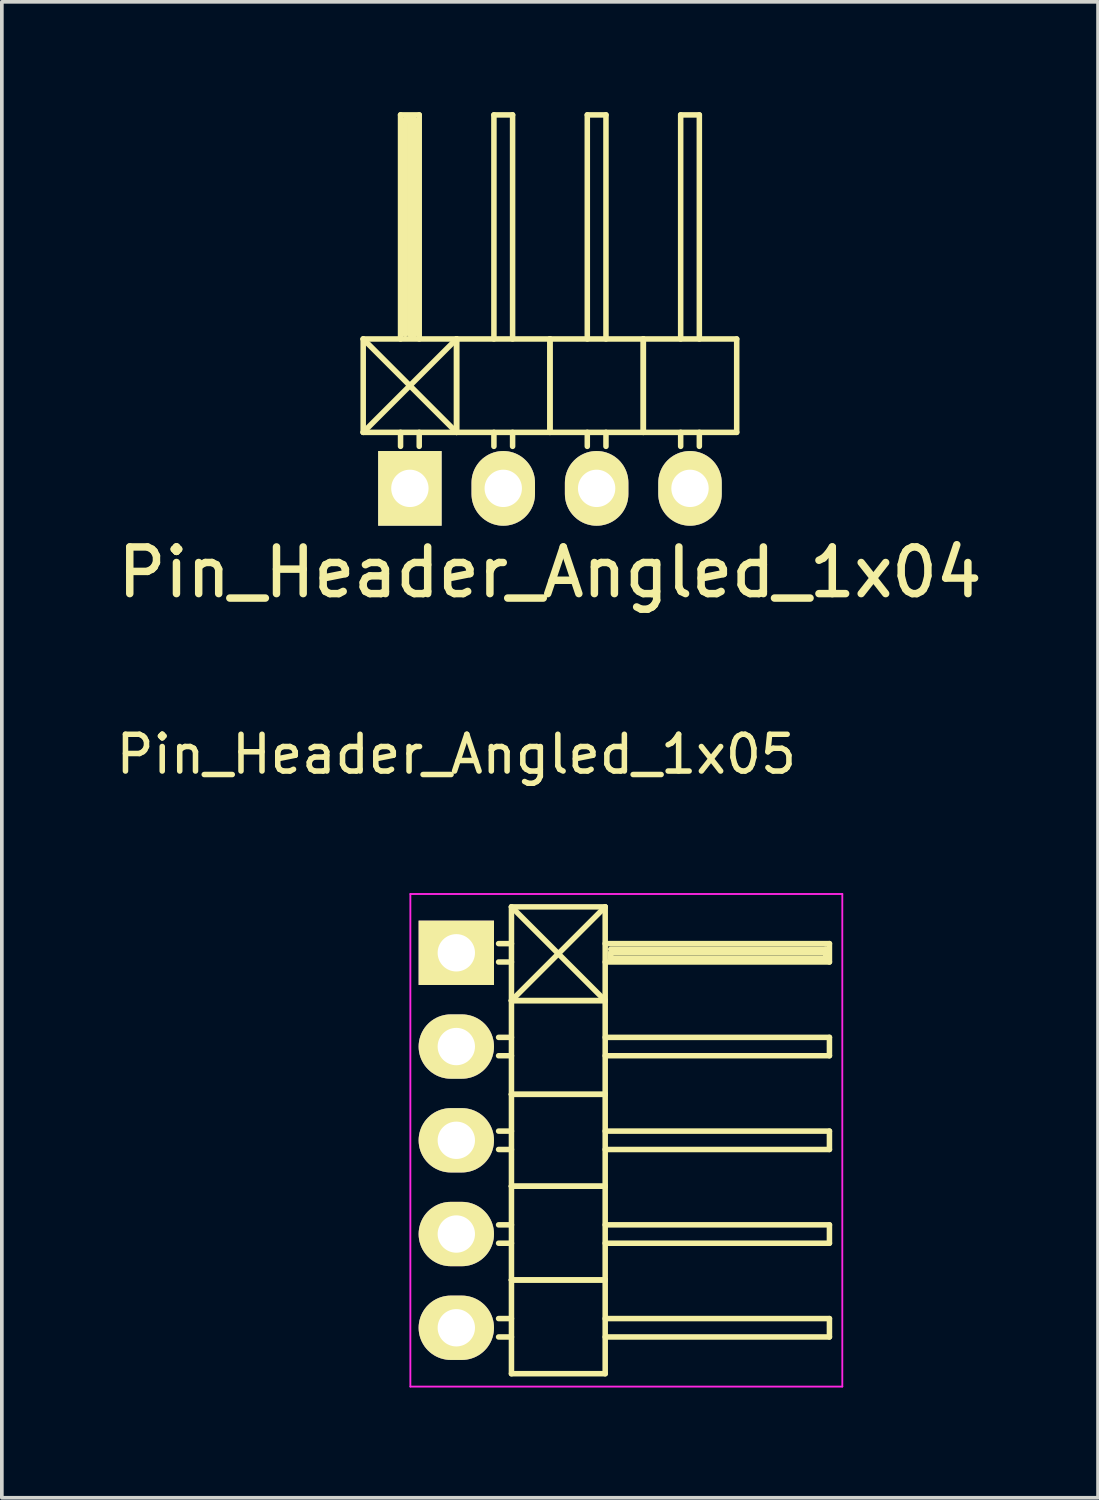
<source format=kicad_pcb>
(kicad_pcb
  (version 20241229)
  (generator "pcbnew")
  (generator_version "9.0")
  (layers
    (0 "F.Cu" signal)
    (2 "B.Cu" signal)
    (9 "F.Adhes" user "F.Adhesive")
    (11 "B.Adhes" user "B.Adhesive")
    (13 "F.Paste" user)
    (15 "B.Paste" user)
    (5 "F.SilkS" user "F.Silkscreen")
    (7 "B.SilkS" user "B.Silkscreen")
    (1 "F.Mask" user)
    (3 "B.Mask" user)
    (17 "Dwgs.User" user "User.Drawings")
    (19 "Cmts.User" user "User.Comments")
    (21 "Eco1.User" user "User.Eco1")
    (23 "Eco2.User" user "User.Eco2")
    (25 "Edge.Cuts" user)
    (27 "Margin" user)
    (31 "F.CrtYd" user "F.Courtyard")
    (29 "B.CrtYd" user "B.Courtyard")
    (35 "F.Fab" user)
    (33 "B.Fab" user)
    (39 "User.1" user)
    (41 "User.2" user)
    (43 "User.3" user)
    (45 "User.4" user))
  (footprint "Pin_Header_Angled_1x04"
    (layer "F.Cu")
    (at 11.91 10.235)
    (property "Reference" "Pin_Header_Angled_1x04" (at 0 2.286 0) (layer "F.SilkS") (effects (font (size 1.27 1.27) (thickness 0.203))))
    (attr through_hole)
    (fp_line (start -5.08 -4.064) (end -2.54 -1.524) (stroke (width 0.15) (type solid)) (layer "F.SilkS"))
    (fp_line (start -5.08 -1.524) (end -5.08 -4.064) (stroke (width 0.15) (type solid)) (layer "F.SilkS"))
    (fp_line (start -5.08 -1.524) (end -2.54 -1.524) (stroke (width 0.15) (type solid)) (layer "F.SilkS"))
    (fp_line (start -4.064 -10.16) (end -3.556 -10.16) (stroke (width 0.15) (type solid)) (layer "F.SilkS"))
    (fp_line (start -4.064 -4.064) (end -4.064 -10.16) (stroke (width 0.15) (type solid)) (layer "F.SilkS"))
    (fp_line (start -4.064 -1.524) (end -4.064 -1.143) (stroke (width 0.15) (type solid)) (layer "F.SilkS"))
    (fp_line (start -3.937 -10.033) (end -3.683 -10.033) (stroke (width 0.15) (type solid)) (layer "F.SilkS"))
    (fp_line (start -3.937 -4.191) (end -3.937 -10.033) (stroke (width 0.15) (type solid)) (layer "F.SilkS"))
    (fp_line (start -3.81 -4.191) (end -3.81 -10.033) (stroke (width 0.15) (type solid)) (layer "F.SilkS"))
    (fp_line (start -3.683 -10.033) (end -3.683 -4.191) (stroke (width 0.15) (type solid)) (layer "F.SilkS"))
    (fp_line (start -3.683 -4.191) (end -3.81 -4.191) (stroke (width 0.15) (type solid)) (layer "F.SilkS"))
    (fp_line (start -3.556 -10.16) (end -3.556 -4.064) (stroke (width 0.15) (type solid)) (layer "F.SilkS"))
    (fp_line (start -3.556 -1.524) (end -3.556 -1.143) (stroke (width 0.15) (type solid)) (layer "F.SilkS"))
    (fp_line (start -2.54 -4.064) (end -5.08 -4.064) (stroke (width 0.15) (type solid)) (layer "F.SilkS"))
    (fp_line (start -2.54 -4.064) (end -5.08 -1.524) (stroke (width 0.15) (type solid)) (layer "F.SilkS"))
    (fp_line (start -2.54 -1.524) (end -2.54 -4.064) (stroke (width 0.15) (type solid)) (layer "F.SilkS"))
    (fp_line (start -2.54 -1.524) (end -2.54 -4.064) (stroke (width 0.15) (type solid)) (layer "F.SilkS"))
    (fp_line (start -2.54 -1.524) (end 0 -1.524) (stroke (width 0.15) (type solid)) (layer "F.SilkS"))
    (fp_line (start -1.524 -10.16) (end -1.016 -10.16) (stroke (width 0.15) (type solid)) (layer "F.SilkS"))
    (fp_line (start -1.524 -4.064) (end -1.524 -10.16) (stroke (width 0.15) (type solid)) (layer "F.SilkS"))
    (fp_line (start -1.524 -1.524) (end -1.524 -1.143) (stroke (width 0.15) (type solid)) (layer "F.SilkS"))
    (fp_line (start -1.016 -10.16) (end -1.016 -4.064) (stroke (width 0.15) (type solid)) (layer "F.SilkS"))
    (fp_line (start -1.016 -1.524) (end -1.016 -1.143) (stroke (width 0.15) (type solid)) (layer "F.SilkS"))
    (fp_line (start 0 -4.064) (end -2.54 -4.064) (stroke (width 0.15) (type solid)) (layer "F.SilkS"))
    (fp_line (start 0 -1.524) (end 0 -4.064) (stroke (width 0.15) (type solid)) (layer "F.SilkS"))
    (fp_line (start 0 -1.524) (end 0 -4.064) (stroke (width 0.15) (type solid)) (layer "F.SilkS"))
    (fp_line (start 0 -1.524) (end 2.54 -1.524) (stroke (width 0.15) (type solid)) (layer "F.SilkS"))
    (fp_line (start 1.016 -10.16) (end 1.524 -10.16) (stroke (width 0.15) (type solid)) (layer "F.SilkS"))
    (fp_line (start 1.016 -4.064) (end 1.016 -10.16) (stroke (width 0.15) (type solid)) (layer "F.SilkS"))
    (fp_line (start 1.016 -1.524) (end 1.016 -1.143) (stroke (width 0.15) (type solid)) (layer "F.SilkS"))
    (fp_line (start 1.524 -10.16) (end 1.524 -4.064) (stroke (width 0.15) (type solid)) (layer "F.SilkS"))
    (fp_line (start 1.524 -1.524) (end 1.524 -1.143) (stroke (width 0.15) (type solid)) (layer "F.SilkS"))
    (fp_line (start 2.54 -4.064) (end 0 -4.064) (stroke (width 0.15) (type solid)) (layer "F.SilkS"))
    (fp_line (start 2.54 -1.524) (end 2.54 -4.064) (stroke (width 0.15) (type solid)) (layer "F.SilkS"))
    (fp_line (start 2.54 -1.524) (end 2.54 -4.064) (stroke (width 0.15) (type solid)) (layer "F.SilkS"))
    (fp_line (start 2.54 -1.524) (end 5.08 -1.524) (stroke (width 0.15) (type solid)) (layer "F.SilkS"))
    (fp_line (start 3.556 -10.16) (end 4.064 -10.16) (stroke (width 0.15) (type solid)) (layer "F.SilkS"))
    (fp_line (start 3.556 -4.064) (end 3.556 -10.16) (stroke (width 0.15) (type solid)) (layer "F.SilkS"))
    (fp_line (start 3.556 -1.524) (end 3.556 -1.143) (stroke (width 0.15) (type solid)) (layer "F.SilkS"))
    (fp_line (start 4.064 -10.16) (end 4.064 -4.064) (stroke (width 0.15) (type solid)) (layer "F.SilkS"))
    (fp_line (start 4.064 -1.524) (end 4.064 -1.143) (stroke (width 0.15) (type solid)) (layer "F.SilkS"))
    (fp_line (start 5.08 -4.064) (end 2.54 -4.064) (stroke (width 0.15) (type solid)) (layer "F.SilkS"))
    (fp_line (start 5.08 -1.524) (end 5.08 -4.064) (stroke (width 0.15) (type solid)) (layer "F.SilkS"))
    (pad "1" thru_hole rect (at -3.81 0) (size 1.727 2.032) (drill 1.016) (layers "*.Cu" "*.Mask" "F.SilkS"))
    (pad "2" thru_hole oval (at -1.27 0) (size 1.727 2.032) (drill 1.016) (layers "*.Cu" "*.Mask" "F.SilkS"))
    (pad "3" thru_hole oval (at 1.27 0) (size 1.727 2.032) (drill 1.016) (layers "*.Cu" "*.Mask" "F.SilkS"))
    (pad "4" thru_hole oval (at 3.81 0) (size 1.727 2.032) (drill 1.016) (layers "*.Cu" "*.Mask" "F.SilkS")))
  (footprint "Pin_Header_Angled_1x05"
    (layer "F.Cu")
    (at 9.363 22.869)
    (property "Reference" "Pin_Header_Angled_1x05" (at 0 -5.4 0) (layer "F.SilkS") (effects (font (size 1 1) (thickness 0.15))))
    (attr through_hole)
    (fp_line (start 1.5 -1.25) (end 1.5 1.3) (stroke (width 0.15) (type solid)) (layer "F.SilkS"))
    (fp_line (start 1.5 -1.25) (end 4.05 -1.25) (stroke (width 0.15) (type solid)) (layer "F.SilkS"))
    (fp_line (start 1.5 -0.25) (end 1.15 -0.25) (stroke (width 0.15) (type solid)) (layer "F.SilkS"))
    (fp_line (start 1.5 0.25) (end 1.15 0.25) (stroke (width 0.15) (type solid)) (layer "F.SilkS"))
    (fp_line (start 1.5 1.3) (end 1.5 3.85) (stroke (width 0.15) (type solid)) (layer "F.SilkS"))
    (fp_line (start 1.5 1.3) (end 4.05 1.3) (stroke (width 0.15) (type solid)) (layer "F.SilkS"))
    (fp_line (start 1.5 1.3) (end 4.05 1.3) (stroke (width 0.15) (type solid)) (layer "F.SilkS"))
    (fp_line (start 1.5 2.3) (end 1.15 2.3) (stroke (width 0.15) (type solid)) (layer "F.SilkS"))
    (fp_line (start 1.5 2.8) (end 1.15 2.8) (stroke (width 0.15) (type solid)) (layer "F.SilkS"))
    (fp_line (start 1.5 3.85) (end 1.5 6.35) (stroke (width 0.15) (type solid)) (layer "F.SilkS"))
    (fp_line (start 1.5 3.85) (end 4.05 3.85) (stroke (width 0.15) (type solid)) (layer "F.SilkS"))
    (fp_line (start 1.5 3.85) (end 4.05 3.85) (stroke (width 0.15) (type solid)) (layer "F.SilkS"))
    (fp_line (start 1.5 4.85) (end 1.15 4.85) (stroke (width 0.15) (type solid)) (layer "F.SilkS"))
    (fp_line (start 1.5 5.35) (end 1.15 5.35) (stroke (width 0.15) (type solid)) (layer "F.SilkS"))
    (fp_line (start 1.5 6.35) (end 1.5 8.9) (stroke (width 0.15) (type solid)) (layer "F.SilkS"))
    (fp_line (start 1.5 6.35) (end 4.05 6.35) (stroke (width 0.15) (type solid)) (layer "F.SilkS"))
    (fp_line (start 1.5 6.35) (end 4.05 6.35) (stroke (width 0.15) (type solid)) (layer "F.SilkS"))
    (fp_line (start 1.5 7.4) (end 1.15 7.4) (stroke (width 0.15) (type solid)) (layer "F.SilkS"))
    (fp_line (start 1.5 7.9) (end 1.15 7.9) (stroke (width 0.15) (type solid)) (layer "F.SilkS"))
    (fp_line (start 1.5 8.9) (end 1.5 11.45) (stroke (width 0.15) (type solid)) (layer "F.SilkS"))
    (fp_line (start 1.5 8.9) (end 4.05 8.9) (stroke (width 0.15) (type solid)) (layer "F.SilkS"))
    (fp_line (start 1.5 8.9) (end 4.05 8.9) (stroke (width 0.15) (type solid)) (layer "F.SilkS"))
    (fp_line (start 1.5 9.95) (end 1.15 9.95) (stroke (width 0.15) (type solid)) (layer "F.SilkS"))
    (fp_line (start 1.5 10.45) (end 1.15 10.45) (stroke (width 0.15) (type solid)) (layer "F.SilkS"))
    (fp_line (start 1.5 11.45) (end 4.05 11.45) (stroke (width 0.15) (type solid)) (layer "F.SilkS"))
    (fp_line (start 4.05 -1.25) (end 1.5 1.3) (stroke (width 0.15) (type solid)) (layer "F.SilkS"))
    (fp_line (start 4.05 -0.25) (end 10.15 -0.25) (stroke (width 0.15) (type solid)) (layer "F.SilkS"))
    (fp_line (start 4.05 1.3) (end 1.5 -1.25) (stroke (width 0.15) (type solid)) (layer "F.SilkS"))
    (fp_line (start 4.05 1.3) (end 4.05 -1.25) (stroke (width 0.15) (type solid)) (layer "F.SilkS"))
    (fp_line (start 4.05 2.3) (end 10.15 2.3) (stroke (width 0.15) (type solid)) (layer "F.SilkS"))
    (fp_line (start 4.05 3.85) (end 4.05 1.3) (stroke (width 0.15) (type solid)) (layer "F.SilkS"))
    (fp_line (start 4.05 4.85) (end 10.15 4.85) (stroke (width 0.15) (type solid)) (layer "F.SilkS"))
    (fp_line (start 4.05 6.35) (end 4.05 3.85) (stroke (width 0.15) (type solid)) (layer "F.SilkS"))
    (fp_line (start 4.05 7.4) (end 10.15 7.4) (stroke (width 0.15) (type solid)) (layer "F.SilkS"))
    (fp_line (start 4.05 8.9) (end 4.05 6.35) (stroke (width 0.15) (type solid)) (layer "F.SilkS"))
    (fp_line (start 4.05 9.95) (end 10.15 9.95) (stroke (width 0.15) (type solid)) (layer "F.SilkS"))
    (fp_line (start 4.05 11.45) (end 4.05 8.9) (stroke (width 0.15) (type solid)) (layer "F.SilkS"))
    (fp_line (start 4.2 -0.1) (end 10.05 -0.1) (stroke (width 0.15) (type solid)) (layer "F.SilkS"))
    (fp_line (start 4.2 0) (end 10.05 0) (stroke (width 0.15) (type solid)) (layer "F.SilkS"))
    (fp_line (start 4.2 0.15) (end 4.2 0) (stroke (width 0.15) (type solid)) (layer "F.SilkS"))
    (fp_line (start 10.05 -0.1) (end 10.05 0.15) (stroke (width 0.15) (type solid)) (layer "F.SilkS"))
    (fp_line (start 10.05 0.15) (end 4.2 0.15) (stroke (width 0.15) (type solid)) (layer "F.SilkS"))
    (fp_line (start 10.15 -0.25) (end 10.15 0.25) (stroke (width 0.15) (type solid)) (layer "F.SilkS"))
    (fp_line (start 10.15 0.25) (end 4.05 0.25) (stroke (width 0.15) (type solid)) (layer "F.SilkS"))
    (fp_line (start 10.15 2.3) (end 10.15 2.8) (stroke (width 0.15) (type solid)) (layer "F.SilkS"))
    (fp_line (start 10.15 2.8) (end 4.05 2.8) (stroke (width 0.15) (type solid)) (layer "F.SilkS"))
    (fp_line (start 10.15 4.85) (end 10.15 5.35) (stroke (width 0.15) (type solid)) (layer "F.SilkS"))
    (fp_line (start 10.15 5.35) (end 4.05 5.35) (stroke (width 0.15) (type solid)) (layer "F.SilkS"))
    (fp_line (start 10.15 7.4) (end 10.15 7.9) (stroke (width 0.15) (type solid)) (layer "F.SilkS"))
    (fp_line (start 10.15 7.9) (end 4.05 7.9) (stroke (width 0.15) (type solid)) (layer "F.SilkS"))
    (fp_line (start 10.15 9.95) (end 10.15 10.45) (stroke (width 0.15) (type solid)) (layer "F.SilkS"))
    (fp_line (start 10.15 10.45) (end 4.05 10.45) (stroke (width 0.15) (type solid)) (layer "F.SilkS"))
    (fp_line (start -1.25 -1.6) (end -1.25 11.8) (stroke (width 0.05) (type solid)) (layer "F.CrtYd"))
    (fp_line (start -1.25 -1.6) (end 10.5 -1.6) (stroke (width 0.05) (type solid)) (layer "F.CrtYd"))
    (fp_line (start -1.25 11.8) (end 10.5 11.8) (stroke (width 0.05) (type solid)) (layer "F.CrtYd"))
    (fp_line (start 10.5 -1.6) (end 10.5 11.8) (stroke (width 0.05) (type solid)) (layer "F.CrtYd"))
    (pad "1" thru_hole rect (at 0 0) (size 2.05 1.75) (drill 1.016) (layers "*.Cu" "*.Mask" "F.SilkS"))
    (pad "2" thru_hole oval (at 0 2.55) (size 2.05 1.75) (drill 1.016) (layers "*.Cu" "*.Mask" "F.SilkS"))
    (pad "3" thru_hole oval (at 0 5.1) (size 2.05 1.75) (drill 1.016) (layers "*.Cu" "*.Mask" "F.SilkS"))
    (pad "4" thru_hole oval (at 0 7.65) (size 2.05 1.75) (drill 1.016) (layers "*.Cu" "*.Mask" "F.SilkS"))
    (pad "5" thru_hole oval (at 0 10.2) (size 2.05 1.75) (drill 1.016) (layers "*.Cu" "*.Mask" "F.SilkS")))
  (gr_rect
    (start -3 -3)
    (end 26.82 37.694)
    (stroke (width 0.1) (type default))
    (fill no)
    (layer "Edge.Cuts")))
</source>
